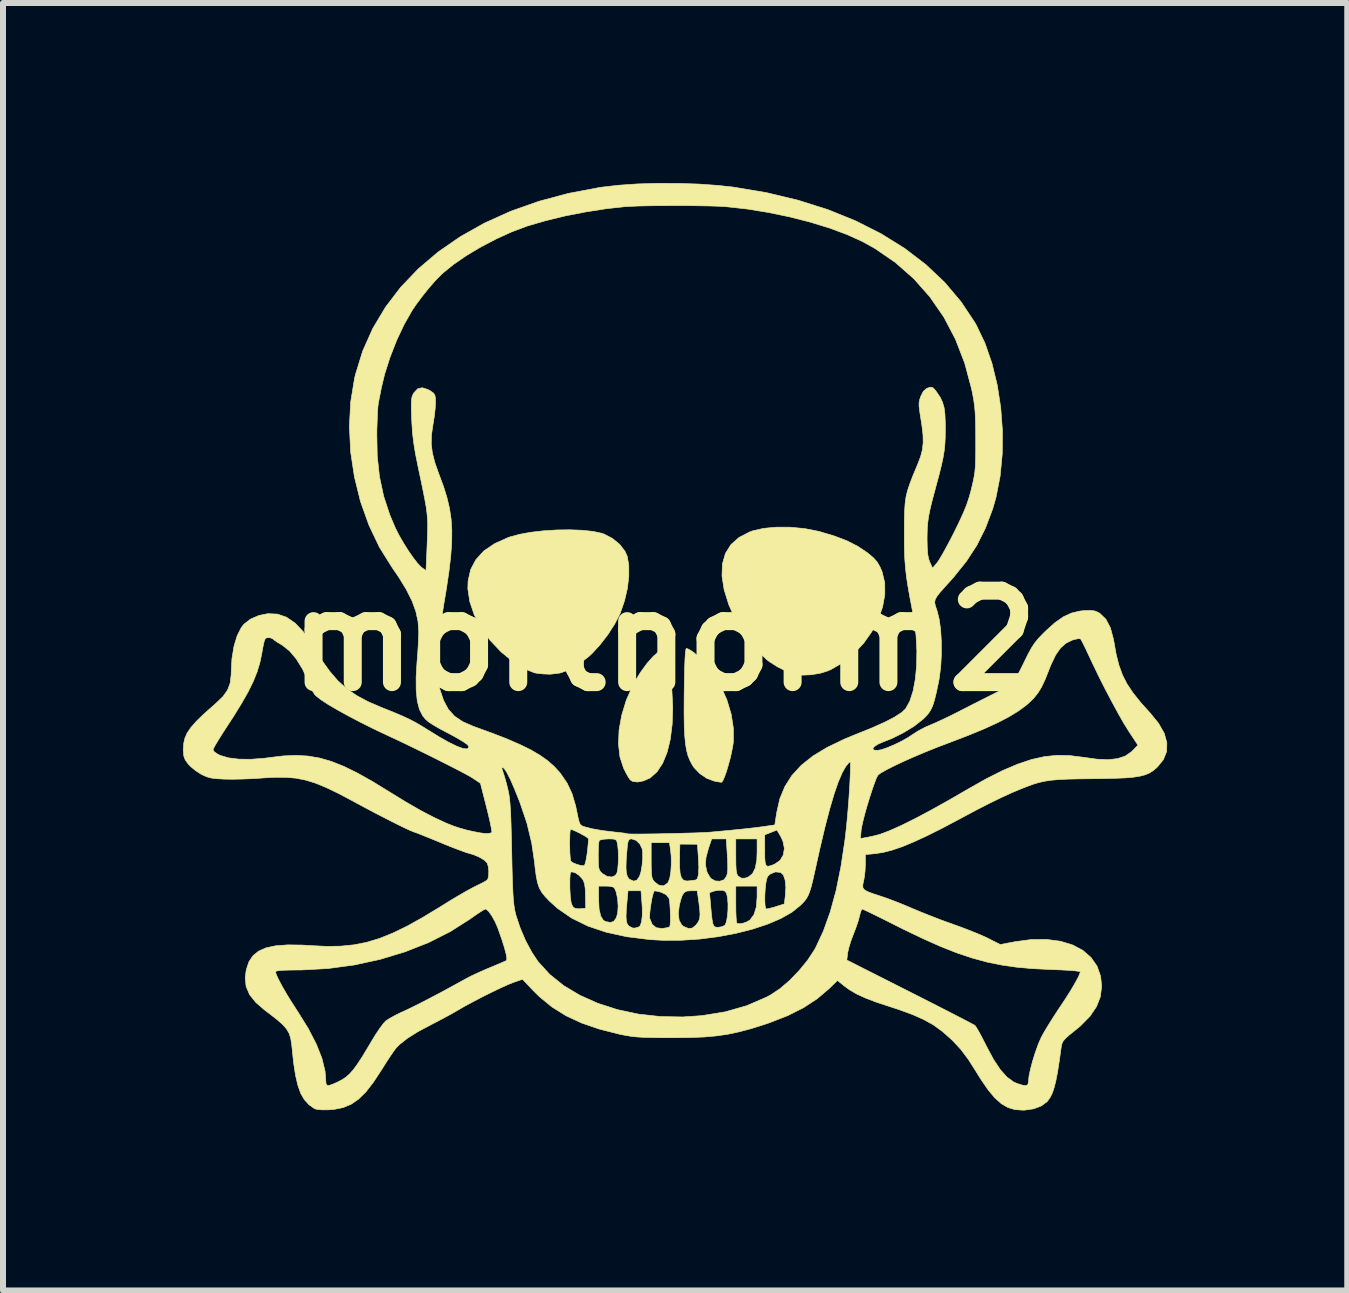
<source format=kicad_pcb>
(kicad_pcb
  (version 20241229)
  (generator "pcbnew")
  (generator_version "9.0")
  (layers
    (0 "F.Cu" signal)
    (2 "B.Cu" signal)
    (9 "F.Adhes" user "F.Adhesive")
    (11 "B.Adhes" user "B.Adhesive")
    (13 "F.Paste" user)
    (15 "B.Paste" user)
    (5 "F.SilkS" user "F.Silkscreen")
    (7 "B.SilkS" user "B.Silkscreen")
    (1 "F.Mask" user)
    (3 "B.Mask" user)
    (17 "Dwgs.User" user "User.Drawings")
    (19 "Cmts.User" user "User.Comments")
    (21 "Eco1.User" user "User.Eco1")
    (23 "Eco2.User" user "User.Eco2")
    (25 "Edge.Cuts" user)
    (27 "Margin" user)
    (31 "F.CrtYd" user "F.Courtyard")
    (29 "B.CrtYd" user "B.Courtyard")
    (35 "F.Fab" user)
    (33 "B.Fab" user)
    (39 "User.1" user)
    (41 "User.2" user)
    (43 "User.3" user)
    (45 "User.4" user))
  (footprint "mortnorm2"
    (layer "F.Cu")
    (at 8.017 7.627)
    (property "Reference" "mortnorm2" (at 0 0 0) (layer "F.SilkS") (effects (font (size 1.524 1.524) (thickness 0.3))))
    (attr through_hole)
    (fp_poly (pts (xy 0.017 0.157) (xy 0.043 0.202) (xy 0.065 0.281) (xy 0.085 0.397) (xy 0.105 0.555) (xy 0.124 0.759) (xy 0.128 0.807) (xy 0.143 1.11) (xy 0.134 1.389) (xy 0.103 1.64) (xy 0.05 1.858) (xy -0.024 2.04) (xy -0.118 2.183) (xy -0.23 2.283) (xy -0.242 2.29) (xy -0.344 2.335) (xy -0.442 2.354) (xy -0.523 2.345) (xy -0.564 2.319) (xy -0.597 2.272) (xy -0.64 2.195) (xy -0.677 2.12) (xy -0.737 1.934) (xy -0.761 1.72) (xy -0.751 1.486) (xy -0.707 1.241) (xy -0.631 0.991) (xy -0.523 0.746) (xy -0.493 0.688) (xy -0.395 0.528) (xy -0.289 0.382) (xy -0.183 0.262) (xy -0.084 0.175) (xy -0.047 0.151) (xy -0.012 0.142) (xy 0.017 0.157)) (stroke (width 0.01) (type solid)) (fill yes) (layer "F.SilkS"))
    (fp_poly (pts (xy 0.407 0.141) (xy 0.465 0.176) (xy 0.498 0.199) (xy 0.665 0.348) (xy 0.814 0.535) (xy 0.942 0.751) (xy 1.045 0.984) (xy 1.117 1.224) (xy 1.154 1.462) (xy 1.153 1.687) (xy 1.147 1.732) (xy 1.127 1.842) (xy 1.1 1.962) (xy 1.067 2.082) (xy 1.034 2.192) (xy 1.001 2.281) (xy 0.974 2.34) (xy 0.955 2.359) (xy 0.913 2.353) (xy 0.846 2.341) (xy 0.833 2.338) (xy 0.711 2.293) (xy 0.593 2.213) (xy 0.495 2.11) (xy 0.468 2.068) (xy 0.429 1.994) (xy 0.397 1.914) (xy 0.373 1.823) (xy 0.355 1.713) (xy 0.343 1.58) (xy 0.335 1.416) (xy 0.332 1.217) (xy 0.333 0.976) (xy 0.334 0.857) (xy 0.338 0.62) (xy 0.342 0.432) (xy 0.348 0.291) (xy 0.355 0.194) (xy 0.363 0.141) (xy 0.371 0.127) (xy 0.407 0.141)) (stroke (width 0.01) (type solid)) (fill yes) (layer "F.SilkS"))
    (fp_poly (pts (xy 2.104 -1.892) (xy 2.34 -1.869) (xy 2.566 -1.825) (xy 2.582 -1.821) (xy 2.835 -1.746) (xy 3.047 -1.665) (xy 3.227 -1.573) (xy 3.387 -1.466) (xy 3.391 -1.463) (xy 3.485 -1.384) (xy 3.549 -1.313) (xy 3.597 -1.23) (xy 3.632 -1.148) (xy 3.676 -0.964) (xy 3.677 -0.766) (xy 3.639 -0.56) (xy 3.566 -0.353) (xy 3.46 -0.151) (xy 3.325 0.04) (xy 3.165 0.212) (xy 2.984 0.36) (xy 2.784 0.477) (xy 2.728 0.502) (xy 2.599 0.542) (xy 2.449 0.567) (xy 2.302 0.573) (xy 2.178 0.558) (xy 2.175 0.557) (xy 2.037 0.509) (xy 1.887 0.434) (xy 1.748 0.345) (xy 1.707 0.313) (xy 1.566 0.177) (xy 1.423 0.006) (xy 1.288 -0.189) (xy 1.171 -0.392) (xy 1.081 -0.592) (xy 1.077 -0.601) (xy 0.999 -0.853) (xy 0.964 -1.08) (xy 0.971 -1.28) (xy 1.021 -1.455) (xy 1.113 -1.602) (xy 1.247 -1.721) (xy 1.423 -1.812) (xy 1.478 -1.832) (xy 1.659 -1.873) (xy 1.873 -1.893) (xy 2.104 -1.892)) (stroke (width 0.01) (type solid)) (fill yes) (layer "F.SilkS"))
    (fp_poly (pts (xy -1.367 -1.841) (xy -1.186 -1.822) (xy -1.041 -1.791) (xy -1.003 -1.778) (xy -0.862 -1.705) (xy -0.741 -1.606) (xy -0.652 -1.49) (xy -0.615 -1.406) (xy -0.589 -1.255) (xy -0.589 -1.073) (xy -0.612 -0.875) (xy -0.659 -0.671) (xy -0.726 -0.475) (xy -0.739 -0.443) (xy -0.825 -0.277) (xy -0.939 -0.1) (xy -1.069 0.068) (xy -1.202 0.213) (xy -1.254 0.261) (xy -1.425 0.394) (xy -1.582 0.485) (xy -1.735 0.538) (xy -1.891 0.557) (xy -1.918 0.557) (xy -2.018 0.553) (xy -2.107 0.544) (xy -2.163 0.534) (xy -2.288 0.483) (xy -2.43 0.403) (xy -2.576 0.302) (xy -2.71 0.192) (xy -2.718 0.185) (xy -2.901 -0.008) (xy -3.051 -0.217) (xy -3.165 -0.434) (xy -3.239 -0.653) (xy -3.271 -0.866) (xy -3.267 -0.997) (xy -3.224 -1.187) (xy -3.136 -1.353) (xy -3.003 -1.498) (xy -2.824 -1.619) (xy -2.601 -1.719) (xy -2.574 -1.729) (xy -2.412 -1.773) (xy -2.22 -1.808) (xy -2.009 -1.832) (xy -1.789 -1.846) (xy -1.571 -1.849) (xy -1.367 -1.841)) (stroke (width 0.01) (type solid)) (fill yes) (layer "F.SilkS"))
    (fp_poly (pts (xy 0.234 -7.621) (xy 0.576 -7.61) (xy 0.9 -7.587) (xy 1.156 -7.559) (xy 1.709 -7.466) (xy 2.234 -7.34) (xy 2.728 -7.184) (xy 3.19 -6.997) (xy 3.617 -6.781) (xy 4.009 -6.537) (xy 4.363 -6.266) (xy 4.677 -5.969) (xy 4.949 -5.646) (xy 5.179 -5.3) (xy 5.203 -5.258) (xy 5.347 -4.956) (xy 5.463 -4.62) (xy 5.551 -4.258) (xy 5.609 -3.881) (xy 5.637 -3.497) (xy 5.634 -3.115) (xy 5.599 -2.745) (xy 5.531 -2.394) (xy 5.475 -2.198) (xy 5.355 -1.88) (xy 5.212 -1.593) (xy 5.037 -1.324) (xy 4.823 -1.058) (xy 4.774 -1.003) (xy 4.669 -0.887) (xy 4.593 -0.801) (xy 4.544 -0.737) (xy 4.517 -0.687) (xy 4.508 -0.642) (xy 4.516 -0.596) (xy 4.534 -0.539) (xy 4.547 -0.502) (xy 4.582 -0.364) (xy 4.607 -0.189) (xy 4.619 0.009) (xy 4.62 0.219) (xy 4.609 0.427) (xy 4.585 0.62) (xy 4.573 0.686) (xy 4.537 0.857) (xy 4.505 0.987) (xy 4.474 1.085) (xy 4.438 1.161) (xy 4.395 1.224) (xy 4.341 1.282) (xy 4.307 1.313) (xy 4.164 1.425) (xy 3.985 1.534) (xy 3.79 1.631) (xy 3.652 1.685) (xy 3.56 1.725) (xy 3.501 1.764) (xy 3.477 1.798) (xy 3.494 1.821) (xy 3.548 1.828) (xy 3.619 1.816) (xy 3.72 1.781) (xy 3.837 1.732) (xy 3.958 1.673) (xy 4.069 1.61) (xy 4.139 1.563) (xy 4.235 1.502) (xy 4.35 1.441) (xy 4.433 1.405) (xy 4.516 1.37) (xy 4.631 1.317) (xy 4.765 1.253) (xy 4.903 1.184) (xy 4.947 1.161) (xy 5.092 1.087) (xy 5.244 1.01) (xy 5.386 0.938) (xy 5.504 0.879) (xy 5.524 0.869) (xy 5.627 0.817) (xy 5.716 0.768) (xy 5.78 0.73) (xy 5.799 0.716) (xy 5.827 0.678) (xy 5.871 0.605) (xy 5.925 0.505) (xy 5.984 0.388) (xy 5.999 0.356) (xy 6.065 0.222) (xy 6.12 0.121) (xy 6.173 0.04) (xy 6.232 -0.033) (xy 6.307 -0.112) (xy 6.358 -0.162) (xy 6.511 -0.3) (xy 6.651 -0.398) (xy 6.787 -0.461) (xy 6.93 -0.495) (xy 7.01 -0.503) (xy 7.109 -0.505) (xy 7.177 -0.496) (xy 7.234 -0.472) (xy 7.264 -0.453) (xy 7.361 -0.358) (xy 7.435 -0.218) (xy 7.485 -0.034) (xy 7.493 0.007) (xy 7.532 0.226) (xy 7.579 0.411) (xy 7.638 0.573) (xy 7.715 0.723) (xy 7.816 0.873) (xy 7.945 1.034) (xy 8.094 1.199) (xy 8.238 1.375) (xy 8.333 1.542) (xy 8.377 1.699) (xy 8.373 1.846) (xy 8.318 1.983) (xy 8.214 2.109) (xy 8.203 2.119) (xy 8.146 2.166) (xy 8.086 2.204) (xy 8.016 2.234) (xy 7.931 2.256) (xy 7.825 2.273) (xy 7.691 2.285) (xy 7.522 2.292) (xy 7.314 2.297) (xy 7.139 2.299) (xy 6.912 2.302) (xy 6.727 2.306) (xy 6.577 2.313) (xy 6.452 2.324) (xy 6.346 2.34) (xy 6.248 2.361) (xy 6.152 2.39) (xy 6.048 2.428) (xy 5.966 2.46) (xy 5.807 2.526) (xy 5.636 2.604) (xy 5.446 2.696) (xy 5.23 2.806) (xy 4.98 2.939) (xy 4.915 2.974) (xy 4.626 3.127) (xy 4.374 3.253) (xy 4.154 3.354) (xy 3.963 3.433) (xy 3.795 3.49) (xy 3.646 3.528) (xy 3.512 3.548) (xy 3.353 3.563) (xy 3.353 3.726) (xy 3.348 3.836) (xy 3.335 3.945) (xy 3.323 4.006) (xy 3.31 4.067) (xy 3.311 4.112) (xy 3.333 4.147) (xy 3.382 4.177) (xy 3.466 4.21) (xy 3.591 4.251) (xy 3.6 4.254) (xy 3.715 4.293) (xy 3.856 4.346) (xy 4.006 4.406) (xy 4.128 4.458) (xy 4.271 4.518) (xy 4.441 4.586) (xy 4.62 4.655) (xy 4.787 4.715) (xy 4.812 4.724) (xy 4.963 4.779) (xy 5.116 4.838) (xy 5.257 4.895) (xy 5.369 4.945) (xy 5.395 4.958) (xy 5.601 5.062) (xy 5.842 5.016) (xy 6.118 4.979) (xy 6.372 4.977) (xy 6.602 5.007) (xy 6.804 5.068) (xy 6.975 5.158) (xy 7.112 5.277) (xy 7.213 5.421) (xy 7.273 5.59) (xy 7.29 5.757) (xy 7.269 5.931) (xy 7.205 6.096) (xy 7.096 6.257) (xy 6.939 6.417) (xy 6.843 6.496) (xy 6.747 6.573) (xy 6.684 6.63) (xy 6.647 6.674) (xy 6.627 6.717) (xy 6.617 6.766) (xy 6.617 6.767) (xy 6.585 6.997) (xy 6.556 7.183) (xy 6.528 7.33) (xy 6.499 7.446) (xy 6.469 7.536) (xy 6.434 7.606) (xy 6.394 7.664) (xy 6.381 7.68) (xy 6.286 7.751) (xy 6.157 7.8) (xy 6.003 7.822) (xy 5.969 7.822) (xy 5.842 7.812) (xy 5.726 7.777) (xy 5.617 7.713) (xy 5.509 7.616) (xy 5.398 7.483) (xy 5.278 7.308) (xy 5.196 7.176) (xy 5.068 6.975) (xy 4.942 6.808) (xy 4.806 6.661) (xy 4.648 6.52) (xy 4.617 6.496) (xy 4.484 6.4) (xy 4.326 6.312) (xy 4.137 6.228) (xy 3.909 6.145) (xy 3.759 6.096) (xy 3.535 6.022) (xy 3.353 5.953) (xy 3.205 5.885) (xy 3.085 5.814) (xy 3 5.752) (xy 2.888 5.661) (xy 2.746 5.799) (xy 2.548 5.967) (xy 2.32 6.116) (xy 2.057 6.248) (xy 1.751 6.367) (xy 1.659 6.398) (xy 1.442 6.466) (xy 1.245 6.518) (xy 1.058 6.558) (xy 0.868 6.585) (xy 0.663 6.603) (xy 0.433 6.612) (xy 0.165 6.615) (xy 0.14 6.615) (xy -0.062 6.615) (xy -0.223 6.612) (xy -0.351 6.608) (xy -0.456 6.602) (xy -0.548 6.592) (xy -0.635 6.578) (xy -0.727 6.56) (xy -0.737 6.558) (xy -1.077 6.472) (xy -1.375 6.37) (xy -1.637 6.248) (xy -1.869 6.103) (xy -2.078 5.932) (xy -2.18 5.831) (xy -2.36 5.641) (xy -2.497 5.688) (xy -2.589 5.724) (xy -2.714 5.78) (xy -2.86 5.85) (xy -3.018 5.928) (xy -3.174 6.01) (xy -3.32 6.088) (xy -3.435 6.155) (xy -3.538 6.214) (xy -3.667 6.284) (xy -3.803 6.356) (xy -3.886 6.399) (xy -4.106 6.516) (xy -4.278 6.624) (xy -4.407 6.726) (xy -4.468 6.788) (xy -4.506 6.839) (xy -4.564 6.923) (xy -4.632 7.027) (xy -4.704 7.142) (xy -4.712 7.154) (xy -4.845 7.357) (xy -4.969 7.517) (xy -5.091 7.637) (xy -5.215 7.723) (xy -5.349 7.779) (xy -5.498 7.809) (xy -5.587 7.816) (xy -5.704 7.817) (xy -5.79 7.808) (xy -5.829 7.795) (xy -5.92 7.73) (xy -5.995 7.647) (xy -6.056 7.542) (xy -6.104 7.407) (xy -6.143 7.238) (xy -6.175 7.029) (xy -6.195 6.835) (xy -6.208 6.713) (xy -6.225 6.616) (xy -6.252 6.536) (xy -6.295 6.465) (xy -6.358 6.394) (xy -6.449 6.314) (xy -6.572 6.218) (xy -6.652 6.158) (xy -6.804 6.027) (xy -6.908 5.897) (xy -6.966 5.761) (xy -6.981 5.616) (xy -6.968 5.516) (xy -6.477 5.516) (xy -6.463 5.564) (xy -6.425 5.646) (xy -6.367 5.755) (xy -6.293 5.884) (xy -6.206 6.025) (xy -6.112 6.171) (xy -6.109 6.174) (xy -5.931 6.461) (xy -5.796 6.722) (xy -5.703 6.958) (xy -5.651 7.17) (xy -5.639 7.317) (xy -5.635 7.378) (xy -5.618 7.408) (xy -5.579 7.41) (xy -5.509 7.384) (xy -5.448 7.357) (xy -5.372 7.318) (xy -5.305 7.274) (xy -5.243 7.22) (xy -5.179 7.148) (xy -5.109 7.052) (xy -5.028 6.928) (xy -4.931 6.767) (xy -4.874 6.671) (xy -4.805 6.558) (xy -4.737 6.457) (xy -4.678 6.378) (xy -4.636 6.333) (xy -4.577 6.295) (xy -4.488 6.246) (xy -4.384 6.194) (xy -4.343 6.176) (xy -4.233 6.124) (xy -4.087 6.052) (xy -3.917 5.964) (xy -3.73 5.866) (xy -3.537 5.761) (xy -3.346 5.656) (xy -3.289 5.625) (xy -3.21 5.584) (xy -3.101 5.533) (xy -2.979 5.479) (xy -2.908 5.449) (xy -2.802 5.405) (xy -2.712 5.367) (xy -2.649 5.339) (xy -2.627 5.328) (xy -2.621 5.296) (xy -2.633 5.223) (xy -2.661 5.115) (xy -2.704 4.978) (xy -2.76 4.819) (xy -2.776 4.775) (xy -2.82 4.676) (xy -2.871 4.585) (xy -2.921 4.514) (xy -2.964 4.475) (xy -2.978 4.47) (xy -3.008 4.485) (xy -3.07 4.523) (xy -3.153 4.579) (xy -3.236 4.638) (xy -3.561 4.845) (xy -3.923 5.028) (xy -4.316 5.183) (xy -4.732 5.309) (xy -5.164 5.403) (xy -5.603 5.462) (xy -6.043 5.486) (xy -6.097 5.486) (xy -6.256 5.488) (xy -6.369 5.492) (xy -6.439 5.499) (xy -6.473 5.51) (xy -6.477 5.516) (xy -6.968 5.516) (xy -6.962 5.478) (xy -6.92 5.352) (xy -6.853 5.25) (xy -6.759 5.173) (xy -6.633 5.117) (xy -6.473 5.083) (xy -6.274 5.068) (xy -6.033 5.071) (xy -5.87 5.081) (xy -5.618 5.093) (xy -5.387 5.089) (xy -5.168 5.067) (xy -4.955 5.025) (xy -4.741 4.96) (xy -4.518 4.87) (xy -4.279 4.754) (xy -4.018 4.608) (xy -3.726 4.431) (xy -3.697 4.413) (xy -3.556 4.325) (xy -3.416 4.242) (xy -3.29 4.169) (xy -3.186 4.113) (xy -3.125 4.082) (xy -3.041 4.041) (xy -2.975 4.005) (xy -2.941 3.979) (xy -2.94 3.978) (xy -2.926 3.926) (xy -2.922 3.847) (xy -2.93 3.766) (xy -2.947 3.707) (xy -2.994 3.657) (xy -3.076 3.607) (xy -3.175 3.565) (xy -3.251 3.543) (xy -3.305 3.527) (xy -3.395 3.494) (xy -3.511 3.45) (xy -3.643 3.398) (xy -3.721 3.365) (xy -3.855 3.31) (xy -3.976 3.261) (xy -4.076 3.221) (xy -4.144 3.195) (xy -4.166 3.188) (xy -4.226 3.164) (xy -4.324 3.119) (xy -4.454 3.055) (xy -4.61 2.976) (xy -4.786 2.886) (xy -4.975 2.786) (xy -5.172 2.68) (xy -5.197 2.666) (xy -5.43 2.543) (xy -5.631 2.446) (xy -5.809 2.373) (xy -5.974 2.322) (xy -6.136 2.29) (xy -6.304 2.276) (xy -6.488 2.275) (xy -6.697 2.287) (xy -6.715 2.289) (xy -6.874 2.299) (xy -7.042 2.305) (xy -7.2 2.308) (xy -7.327 2.306) (xy -7.329 2.306) (xy -7.454 2.299) (xy -7.545 2.288) (xy -7.616 2.269) (xy -7.684 2.24) (xy -7.721 2.221) (xy -7.811 2.162) (xy -7.896 2.091) (xy -7.935 2.049) (xy -7.982 1.982) (xy -8.005 1.918) (xy -8.012 1.833) (xy -8.012 1.819) (xy -7.518 1.819) (xy -7.497 1.85) (xy -7.442 1.888) (xy -7.399 1.91) (xy -7.262 1.951) (xy -7.088 1.973) (xy -6.884 1.975) (xy -6.659 1.958) (xy -6.571 1.946) (xy -6.345 1.919) (xy -6.136 1.91) (xy -5.937 1.921) (xy -5.742 1.954) (xy -5.544 2.011) (xy -5.336 2.094) (xy -5.11 2.205) (xy -4.859 2.346) (xy -4.597 2.507) (xy -4.312 2.682) (xy -4.059 2.828) (xy -3.835 2.945) (xy -3.632 3.039) (xy -3.512 3.087) (xy -3.41 3.121) (xy -3.293 3.154) (xy -3.173 3.181) (xy -3.063 3.202) (xy -2.976 3.213) (xy -2.925 3.211) (xy -2.881 3.201) (xy -2.872 3.2) (xy -2.871 3.177) (xy -2.882 3.113) (xy -2.902 3.015) (xy -2.93 2.893) (xy -2.956 2.788) (xy -3.061 2.375) (xy -3.188 2.29) (xy -3.244 2.256) (xy -3.338 2.205) (xy -3.464 2.139) (xy -3.507 2.117) (xy -2.706 2.117) (xy -2.697 2.154) (xy -2.694 2.163) (xy -2.676 2.215) (xy -2.65 2.3) (xy -2.622 2.403) (xy -2.613 2.438) (xy -2.598 2.503) (xy -2.585 2.568) (xy -2.575 2.641) (xy -2.567 2.728) (xy -2.56 2.835) (xy -2.554 2.969) (xy -2.549 3.136) (xy -2.544 3.344) (xy -2.54 3.518) (xy -2.535 3.757) (xy -2.53 3.951) (xy -2.524 4.108) (xy -2.518 4.232) (xy -2.511 4.331) (xy -2.502 4.411) (xy -2.492 4.478) (xy -2.479 4.538) (xy -2.468 4.579) (xy -2.399 4.787) (xy -2.308 4.999) (xy -2.202 5.196) (xy -2.101 5.347) (xy -1.908 5.559) (xy -1.674 5.747) (xy -1.404 5.908) (xy -1.104 6.042) (xy -0.778 6.147) (xy -0.431 6.221) (xy -0.067 6.262) (xy 0.308 6.269) (xy 0.63 6.247) (xy 1.017 6.184) (xy 1.374 6.082) (xy 1.703 5.94) (xy 1.773 5.903) (xy 1.929 5.799) (xy 2.092 5.66) (xy 2.249 5.497) (xy 2.391 5.323) (xy 2.392 5.321) (xy 3.044 5.321) (xy 4.094 5.852) (xy 4.309 5.961) (xy 4.51 6.063) (xy 4.694 6.157) (xy 4.855 6.24) (xy 4.989 6.309) (xy 5.09 6.362) (xy 5.155 6.397) (xy 5.179 6.41) (xy 5.202 6.442) (xy 5.243 6.511) (xy 5.294 6.607) (xy 5.353 6.721) (xy 5.369 6.754) (xy 5.487 6.974) (xy 5.6 7.145) (xy 5.711 7.27) (xy 5.821 7.351) (xy 5.875 7.375) (xy 5.971 7.406) (xy 6.031 7.413) (xy 6.061 7.397) (xy 6.07 7.354) (xy 6.071 7.344) (xy 6.08 7.256) (xy 6.105 7.136) (xy 6.142 6.997) (xy 6.187 6.854) (xy 6.235 6.721) (xy 6.282 6.613) (xy 6.283 6.61) (xy 6.332 6.521) (xy 6.402 6.405) (xy 6.484 6.274) (xy 6.569 6.144) (xy 6.587 6.117) (xy 6.691 5.961) (xy 6.781 5.818) (xy 6.853 5.695) (xy 6.905 5.598) (xy 6.931 5.533) (xy 6.934 5.516) (xy 6.91 5.509) (xy 6.843 5.5) (xy 6.74 5.492) (xy 6.609 5.485) (xy 6.459 5.479) (xy 6.433 5.478) (xy 6.144 5.464) (xy 5.877 5.44) (xy 5.624 5.404) (xy 5.379 5.354) (xy 5.133 5.287) (xy 4.879 5.202) (xy 4.61 5.096) (xy 4.318 4.966) (xy 3.996 4.812) (xy 3.787 4.707) (xy 3.646 4.636) (xy 3.52 4.574) (xy 3.416 4.523) (xy 3.341 4.488) (xy 3.303 4.471) (xy 3.3 4.47) (xy 3.284 4.493) (xy 3.265 4.55) (xy 3.255 4.591) (xy 3.232 4.675) (xy 3.195 4.783) (xy 3.153 4.893) (xy 3.149 4.902) (xy 3.109 5.01) (xy 3.077 5.116) (xy 3.058 5.2) (xy 3.057 5.207) (xy 3.044 5.321) (xy 2.392 5.321) (xy 2.505 5.15) (xy 2.523 5.118) (xy 2.654 4.837) (xy 2.768 4.518) (xy 2.866 4.16) (xy 2.947 3.758) (xy 3.014 3.312) (xy 3.016 3.296) (xy 3.271 3.296) (xy 3.394 3.274) (xy 3.49 3.253) (xy 3.581 3.23) (xy 3.607 3.222) (xy 3.76 3.164) (xy 3.954 3.077) (xy 4.186 2.962) (xy 4.456 2.818) (xy 4.762 2.647) (xy 5.055 2.477) (xy 5.361 2.304) (xy 5.636 2.165) (xy 5.887 2.058) (xy 6.118 1.98) (xy 6.336 1.931) (xy 6.546 1.909) (xy 6.755 1.913) (xy 6.968 1.94) (xy 6.972 1.94) (xy 7.206 1.973) (xy 7.399 1.982) (xy 7.557 1.964) (xy 7.685 1.921) (xy 7.787 1.85) (xy 7.806 1.832) (xy 7.895 1.74) (xy 7.744 1.511) (xy 7.662 1.379) (xy 7.565 1.209) (xy 7.458 1.012) (xy 7.345 0.797) (xy 7.233 0.574) (xy 7.126 0.351) (xy 7.081 0.255) (xy 7.031 0.148) (xy 6.987 0.058) (xy 6.954 -0.006) (xy 6.939 -0.031) (xy 6.905 -0.035) (xy 6.842 -0.023) (xy 6.799 -0.01) (xy 6.695 0.041) (xy 6.604 0.122) (xy 6.523 0.239) (xy 6.447 0.397) (xy 6.415 0.477) (xy 6.349 0.644) (xy 6.289 0.772) (xy 6.226 0.874) (xy 6.155 0.961) (xy 6.068 1.045) (xy 6.025 1.081) (xy 5.898 1.174) (xy 5.742 1.269) (xy 5.551 1.368) (xy 5.323 1.472) (xy 5.052 1.583) (xy 4.739 1.703) (xy 4.538 1.779) (xy 4.34 1.859) (xy 4.151 1.939) (xy 3.978 2.016) (xy 3.826 2.088) (xy 3.702 2.151) (xy 3.612 2.202) (xy 3.563 2.239) (xy 3.562 2.241) (xy 3.538 2.285) (xy 3.506 2.368) (xy 3.467 2.48) (xy 3.425 2.609) (xy 3.383 2.746) (xy 3.345 2.88) (xy 3.314 3.001) (xy 3.292 3.098) (xy 3.283 3.153) (xy 3.271 3.296) (xy 3.016 3.296) (xy 3.034 3.137) (xy 3.048 2.997) (xy 3.062 2.842) (xy 3.075 2.68) (xy 3.086 2.519) (xy 3.095 2.367) (xy 3.101 2.233) (xy 3.105 2.125) (xy 3.105 2.05) (xy 3.102 2.018) (xy 3.101 2.018) (xy 3.082 2.029) (xy 3.045 2.071) (xy 3.031 2.088) (xy 2.969 2.195) (xy 2.902 2.351) (xy 2.831 2.557) (xy 2.756 2.812) (xy 2.677 3.116) (xy 2.594 3.468) (xy 2.552 3.657) (xy 2.51 3.846) (xy 2.477 3.992) (xy 2.449 4.104) (xy 2.423 4.187) (xy 2.397 4.25) (xy 2.368 4.3) (xy 2.334 4.344) (xy 2.291 4.389) (xy 2.273 4.407) (xy 2.131 4.522) (xy 1.945 4.628) (xy 1.722 4.723) (xy 1.468 4.807) (xy 1.191 4.877) (xy 0.897 4.932) (xy 0.593 4.971) (xy 0.285 4.991) (xy -0.021 4.992) (xy -0.237 4.98) (xy -0.623 4.932) (xy -0.967 4.857) (xy -1.272 4.754) (xy -1.541 4.622) (xy -1.776 4.46) (xy -1.906 4.343) (xy -1.983 4.263) (xy -2.04 4.192) (xy -2.081 4.118) (xy -2.099 4.063) (xy -1.572 4.063) (xy -1.571 4.134) (xy -1.563 4.273) (xy -1.549 4.369) (xy -1.524 4.429) (xy -1.486 4.459) (xy -1.429 4.467) (xy -1.399 4.465) (xy -1.308 4.458) (xy -1.311 4.246) (xy -1.315 4.13) (xy -1.321 4.089) (xy -1.092 4.089) (xy -1.092 4.307) (xy -1.084 4.471) (xy -1.057 4.588) (xy -1.013 4.659) (xy -0.972 4.681) (xy -0.892 4.694) (xy -0.84 4.676) (xy -0.8 4.622) (xy -0.798 4.618) (xy -0.791 4.596) (xy -0.635 4.596) (xy -0.63 4.67) (xy -0.615 4.72) (xy -0.589 4.753) (xy -0.578 4.761) (xy -0.524 4.787) (xy -0.487 4.788) (xy -0.443 4.776) (xy -0.433 4.775) (xy -0.4 4.751) (xy -0.376 4.684) (xy -0.369 4.62) (xy -0.241 4.62) (xy -0.24 4.629) (xy -0.199 4.727) (xy -0.131 4.782) (xy -0.035 4.795) (xy -0.02 4.793) (xy 0.046 4.782) (xy 0.087 4.771) (xy 0.092 4.768) (xy 0.1 4.735) (xy 0.104 4.666) (xy 0.104 4.575) (xy 0.103 4.549) (xy 0.236 4.549) (xy 0.25 4.659) (xy 0.294 4.737) (xy 0.326 4.762) (xy 0.407 4.795) (xy 0.469 4.788) (xy 0.525 4.743) (xy 0.567 4.69) (xy 0.591 4.634) (xy 0.598 4.563) (xy 0.592 4.465) (xy 0.581 4.378) (xy 0.556 4.198) (xy 0.756 4.198) (xy 0.773 4.391) (xy 0.786 4.538) (xy 0.798 4.642) (xy 0.81 4.71) (xy 0.826 4.749) (xy 0.848 4.769) (xy 0.879 4.775) (xy 0.902 4.775) (xy 0.969 4.764) (xy 1.015 4.738) (xy 1.015 4.738) (xy 1.037 4.687) (xy 1.053 4.6) (xy 1.063 4.494) (xy 1.064 4.383) (xy 1.056 4.285) (xy 1.041 4.212) (xy 1.017 4.175) (xy 0.975 4.159) (xy 0.973 4.158) (xy 0.899 4.158) (xy 0.831 4.172) (xy 0.756 4.198) (xy 0.556 4.198) (xy 0.551 4.166) (xy 0.445 4.166) (xy 0.38 4.171) (xy 0.335 4.194) (xy 0.301 4.244) (xy 0.273 4.329) (xy 0.252 4.414) (xy 0.236 4.549) (xy 0.103 4.549) (xy 0.101 4.477) (xy 0.095 4.386) (xy 0.087 4.317) (xy 0.081 4.291) (xy 0.033 4.231) (xy -0.048 4.192) (xy -0.115 4.174) (xy -0.159 4.168) (xy -0.166 4.171) (xy -0.182 4.208) (xy -0.201 4.281) (xy -0.218 4.374) (xy -0.232 4.472) (xy -0.241 4.559) (xy -0.241 4.62) (xy -0.369 4.62) (xy -0.364 4.581) (xy -0.365 4.449) (xy -0.368 4.395) (xy -0.386 4.166) (xy -0.602 4.166) (xy -0.618 4.337) (xy -0.631 4.487) (xy -0.635 4.596) (xy -0.791 4.596) (xy -0.774 4.536) (xy -0.767 4.425) (xy -0.775 4.304) (xy -0.798 4.192) (xy -0.81 4.159) (xy -0.831 4.117) (xy -0.864 4.097) (xy -0.924 4.09) (xy -0.965 4.089) (xy 1.194 4.089) (xy 1.194 4.39) (xy 1.195 4.509) (xy 1.199 4.609) (xy 1.205 4.679) (xy 1.212 4.708) (xy 1.251 4.717) (xy 1.315 4.707) (xy 1.383 4.682) (xy 1.432 4.652) (xy 1.498 4.562) (xy 1.537 4.432) (xy 1.544 4.336) (xy 1.677 4.336) (xy 1.682 4.414) (xy 1.693 4.461) (xy 1.703 4.47) (xy 1.744 4.463) (xy 1.815 4.445) (xy 1.869 4.428) (xy 2.002 4.386) (xy 2.019 4.252) (xy 2.028 4.107) (xy 2.016 3.988) (xy 1.987 3.903) (xy 1.94 3.86) (xy 1.854 3.852) (xy 1.77 3.886) (xy 1.727 3.925) (xy 1.709 3.968) (xy 1.694 4.044) (xy 1.684 4.138) (xy 1.678 4.24) (xy 1.677 4.336) (xy 1.544 4.336) (xy 1.549 4.268) (xy 1.549 4.089) (xy 1.194 4.089) (xy -0.965 4.089) (xy -1.092 4.089) (xy -1.321 4.089) (xy -1.326 4.051) (xy -1.346 3.996) (xy -1.364 3.967) (xy -1.421 3.907) (xy -1.482 3.866) (xy -1.535 3.851) (xy -1.558 3.859) (xy -1.566 3.892) (xy -1.571 3.964) (xy -1.572 4.063) (xy -2.099 4.063) (xy -2.11 4.032) (xy -2.132 3.921) (xy -2.151 3.776) (xy -2.159 3.696) (xy -2.208 3.363) (xy -2.215 3.337) (xy -1.574 3.337) (xy -1.574 3.439) (xy -1.571 3.537) (xy -1.565 3.617) (xy -1.558 3.667) (xy -1.555 3.674) (xy -1.519 3.7) (xy -1.456 3.726) (xy -1.387 3.745) (xy -1.336 3.749) (xy -1.333 3.749) (xy -1.319 3.722) (xy -1.302 3.658) (xy -1.291 3.591) (xy -1.098 3.591) (xy -1.096 3.702) (xy -1.091 3.774) (xy -1.079 3.82) (xy -1.057 3.853) (xy -1.029 3.879) (xy -0.951 3.926) (xy -0.875 3.937) (xy -0.814 3.912) (xy -0.787 3.872) (xy -0.773 3.807) (xy -0.771 3.776) (xy -0.636 3.776) (xy -0.63 3.869) (xy -0.612 3.931) (xy -0.584 3.97) (xy -0.578 3.974) (xy -0.509 4.006) (xy -0.454 3.989) (xy -0.41 3.926) (xy -0.386 3.85) (xy -0.368 3.744) (xy -0.358 3.629) (xy -0.358 3.526) (xy -0.366 3.469) (xy -0.405 3.386) (xy -0.427 3.365) (xy -0.216 3.365) (xy -0.216 3.662) (xy -0.215 3.79) (xy -0.212 3.878) (xy -0.204 3.937) (xy -0.191 3.976) (xy -0.169 4.008) (xy -0.154 4.024) (xy -0.08 4.078) (xy -0.009 4.084) (xy 0.054 4.041) (xy 0.069 4.021) (xy 0.094 3.954) (xy 0.111 3.852) (xy 0.117 3.76) (xy 0.257 3.76) (xy 0.266 3.874) (xy 0.287 3.949) (xy 0.323 3.99) (xy 0.377 4.004) (xy 0.445 3.998) (xy 0.501 3.99) (xy 0.524 3.988) (xy 0.555 3.963) (xy 0.573 3.891) (xy 0.578 3.771) (xy 0.576 3.729) (xy 0.688 3.729) (xy 0.709 3.837) (xy 0.722 3.872) (xy 0.776 3.959) (xy 0.85 4.002) (xy 0.927 4.007) (xy 0.996 3.984) (xy 1.037 3.929) (xy 1.053 3.88) (xy 1.06 3.808) (xy 1.059 3.704) (xy 1.053 3.58) (xy 1.035 3.302) (xy 1.194 3.302) (xy 1.194 3.592) (xy 1.195 3.726) (xy 1.2 3.819) (xy 1.21 3.878) (xy 1.226 3.914) (xy 1.234 3.922) (xy 1.287 3.957) (xy 1.351 3.955) (xy 1.405 3.935) (xy 1.473 3.88) (xy 1.519 3.787) (xy 1.544 3.653) (xy 1.549 3.517) (xy 1.549 3.302) (xy 1.194 3.302) (xy 1.035 3.302) (xy 0.792 3.302) (xy 0.739 3.459) (xy 0.698 3.607) (xy 0.688 3.729) (xy 0.576 3.729) (xy 0.571 3.62) (xy 0.554 3.391) (xy 0.262 3.389) (xy 0.257 3.602) (xy 0.257 3.76) (xy 0.117 3.76) (xy 0.119 3.728) (xy 0.118 3.596) (xy 0.105 3.472) (xy 0.104 3.467) (xy 0.088 3.365) (xy -0.216 3.365) (xy -0.427 3.365) (xy -0.468 3.326) (xy -0.541 3.302) (xy -0.542 3.302) (xy -0.575 3.306) (xy -0.594 3.326) (xy -0.607 3.372) (xy -0.617 3.457) (xy -0.618 3.473) (xy -0.632 3.647) (xy -0.636 3.776) (xy -0.771 3.776) (xy -0.765 3.709) (xy -0.762 3.595) (xy -0.766 3.484) (xy -0.776 3.392) (xy -0.778 3.381) (xy -0.79 3.335) (xy -0.812 3.312) (xy -0.858 3.303) (xy -0.929 3.302) (xy -1.008 3.307) (xy -1.065 3.32) (xy -1.082 3.331) (xy -1.09 3.368) (xy -1.095 3.443) (xy -1.098 3.542) (xy -1.098 3.591) (xy -1.291 3.591) (xy -1.286 3.567) (xy -1.281 3.529) (xy -1.27 3.429) (xy -1.263 3.35) (xy -1.261 3.303) (xy -1.262 3.297) (xy -1.289 3.274) (xy -1.345 3.24) (xy -1.357 3.234) (xy 1.676 3.234) (xy 1.676 3.496) (xy 1.677 3.622) (xy 1.684 3.703) (xy 1.7 3.747) (xy 1.73 3.759) (xy 1.781 3.747) (xy 1.841 3.723) (xy 1.931 3.661) (xy 1.986 3.57) (xy 2.003 3.459) (xy 1.979 3.339) (xy 1.943 3.262) (xy 1.88 3.154) (xy 1.676 3.234) (xy -1.357 3.234) (xy -1.414 3.203) (xy -1.484 3.169) (xy -1.537 3.147) (xy -1.561 3.144) (xy -1.568 3.176) (xy -1.572 3.245) (xy -1.574 3.337) (xy -2.215 3.337) (xy -2.286 3.041) (xy -2.399 2.707) (xy -2.409 2.68) (xy -2.492 2.472) (xy -2.562 2.311) (xy -2.62 2.198) (xy -2.664 2.131) (xy -2.687 2.114) (xy -2.706 2.117) (xy -3.507 2.117) (xy -3.615 2.062) (xy -3.783 1.977) (xy -3.962 1.888) (xy -4.144 1.799) (xy -4.321 1.713) (xy -4.488 1.634) (xy -4.585 1.589) (xy -4.826 1.475) (xy -5.053 1.362) (xy -5.261 1.253) (xy -5.445 1.152) (xy -5.6 1.061) (xy -5.72 0.982) (xy -5.8 0.92) (xy -5.821 0.899) (xy -5.851 0.852) (xy -5.89 0.774) (xy -5.93 0.68) (xy -5.933 0.673) (xy -6.024 0.475) (xy -6.129 0.304) (xy -6.243 0.169) (xy -6.36 0.076) (xy -6.368 0.071) (xy -6.442 0.027) (xy -6.496 -0.01) (xy -6.517 -0.028) (xy -6.55 -0.046) (xy -6.592 -0.051) (xy -6.622 -0.049) (xy -6.643 -0.038) (xy -6.659 -0.009) (xy -6.674 0.046) (xy -6.692 0.138) (xy -6.706 0.221) (xy -6.738 0.371) (xy -6.784 0.522) (xy -6.848 0.68) (xy -6.932 0.851) (xy -7.041 1.043) (xy -7.176 1.262) (xy -7.289 1.435) (xy -7.366 1.554) (xy -7.432 1.66) (xy -7.483 1.745) (xy -7.512 1.802) (xy -7.518 1.819) (xy -8.012 1.819) (xy -8.012 1.808) (xy -8.006 1.712) (xy -7.986 1.623) (xy -7.948 1.537) (xy -7.886 1.446) (xy -7.798 1.345) (xy -7.678 1.228) (xy -7.522 1.09) (xy -7.469 1.043) (xy -7.352 0.931) (xy -7.275 0.823) (xy -7.232 0.707) (xy -7.215 0.567) (xy -7.214 0.521) (xy -7.202 0.296) (xy -7.168 0.093) (xy -7.116 -0.081) (xy -7.047 -0.218) (xy -7.003 -0.275) (xy -6.892 -0.361) (xy -6.75 -0.422) (xy -6.603 -0.451) (xy -6.443 -0.444) (xy -6.293 -0.392) (xy -6.15 -0.294) (xy -6.012 -0.149) (xy -5.877 0.046) (xy -5.855 0.083) (xy -5.711 0.317) (xy -5.573 0.509) (xy -5.435 0.669) (xy -5.287 0.801) (xy -5.121 0.915) (xy -4.93 1.017) (xy -4.704 1.114) (xy -4.691 1.119) (xy -4.509 1.192) (xy -4.363 1.254) (xy -4.242 1.31) (xy -4.135 1.366) (xy -4.03 1.428) (xy -3.94 1.484) (xy -3.75 1.601) (xy -3.588 1.693) (xy -3.454 1.758) (xy -3.353 1.795) (xy -3.286 1.803) (xy -3.256 1.782) (xy -3.256 1.759) (xy -3.282 1.728) (xy -3.351 1.68) (xy -3.459 1.616) (xy -3.602 1.538) (xy -3.606 1.537) (xy -3.748 1.461) (xy -3.851 1.401) (xy -3.926 1.352) (xy -3.978 1.306) (xy -4.017 1.259) (xy -4.021 1.255) (xy -4.077 1.146) (xy -4.114 1.004) (xy -4.132 0.825) (xy -4.133 0.605) (xy -4.119 0.368) (xy -4.107 0.222) (xy -4.098 0.079) (xy -4.092 -0.047) (xy -4.089 -0.14) (xy -4.089 -0.149) (xy -4.101 -0.321) (xy -4.138 -0.491) (xy -4.203 -0.668) (xy -4.299 -0.858) (xy -4.428 -1.068) (xy -4.532 -1.219) (xy -4.744 -1.558) (xy -4.92 -1.928) (xy -5.06 -2.321) (xy -5.161 -2.73) (xy -5.224 -3.146) (xy -5.239 -3.454) (xy -4.788 -3.454) (xy -4.781 -3.079) (xy -4.744 -2.736) (xy -4.675 -2.412) (xy -4.572 -2.098) (xy -4.481 -1.883) (xy -4.42 -1.762) (xy -4.346 -1.633) (xy -4.265 -1.504) (xy -4.184 -1.387) (xy -4.11 -1.292) (xy -4.051 -1.229) (xy -4.038 -1.219) (xy -3.968 -1.169) (xy -3.949 -1.614) (xy -3.944 -1.744) (xy -3.941 -1.853) (xy -3.94 -1.948) (xy -3.944 -2.037) (xy -3.952 -2.127) (xy -3.965 -2.227) (xy -3.986 -2.344) (xy -4.014 -2.487) (xy -4.05 -2.662) (xy -4.096 -2.879) (xy -4.102 -2.908) (xy -4.144 -3.117) (xy -4.173 -3.296) (xy -4.193 -3.462) (xy -4.204 -3.634) (xy -4.207 -3.696) (xy -4.212 -3.839) (xy -4.213 -3.941) (xy -4.21 -4.012) (xy -4.202 -4.062) (xy -4.187 -4.101) (xy -4.168 -4.134) (xy -4.107 -4.198) (xy -4.031 -4.216) (xy -3.938 -4.187) (xy -3.896 -4.164) (xy -3.846 -4.129) (xy -3.821 -4.094) (xy -3.811 -4.039) (xy -3.81 -3.969) (xy -3.815 -3.874) (xy -3.828 -3.753) (xy -3.847 -3.63) (xy -3.851 -3.609) (xy -3.876 -3.438) (xy -3.881 -3.285) (xy -3.863 -3.134) (xy -3.822 -2.971) (xy -3.755 -2.781) (xy -3.749 -2.765) (xy -3.676 -2.569) (xy -3.619 -2.385) (xy -3.577 -2.207) (xy -3.55 -2.028) (xy -3.538 -1.84) (xy -3.54 -1.636) (xy -3.556 -1.41) (xy -3.586 -1.154) (xy -3.629 -0.862) (xy -3.672 -0.606) (xy -3.729 -0.237) (xy -3.765 0.086) (xy -3.78 0.363) (xy -3.773 0.594) (xy -3.746 0.779) (xy -3.739 0.805) (xy -3.676 0.994) (xy -3.597 1.141) (xy -3.494 1.256) (xy -3.358 1.348) (xy -3.18 1.426) (xy -3.158 1.434) (xy -2.861 1.542) (xy -2.609 1.64) (xy -2.396 1.733) (xy -2.217 1.821) (xy -2.068 1.909) (xy -1.942 1.998) (xy -1.835 2.092) (xy -1.742 2.193) (xy -1.725 2.215) (xy -1.616 2.374) (xy -1.535 2.548) (xy -1.475 2.751) (xy -1.455 2.847) (xy -1.433 2.954) (xy -1.415 3.023) (xy -1.396 3.063) (xy -1.369 3.084) (xy -1.335 3.098) (xy -1.201 3.133) (xy -1.029 3.163) (xy -0.831 3.187) (xy -0.811 3.189) (xy -0.719 3.199) (xy -0.648 3.208) (xy -0.613 3.216) (xy -0.611 3.217) (xy -0.583 3.22) (xy -0.512 3.221) (xy -0.407 3.221) (xy -0.274 3.22) (xy -0.123 3.218) (xy 0.04 3.214) (xy 0.205 3.211) (xy 0.365 3.206) (xy 0.512 3.202) (xy 0.638 3.197) (xy 0.734 3.192) (xy 0.775 3.189) (xy 1.067 3.162) (xy 1.317 3.137) (xy 1.524 3.114) (xy 1.652 3.097) (xy 1.844 3.069) (xy 1.876 2.862) (xy 1.927 2.635) (xy 2.011 2.431) (xy 2.128 2.246) (xy 2.283 2.077) (xy 2.477 1.922) (xy 2.715 1.778) (xy 2.999 1.641) (xy 3.2 1.558) (xy 3.464 1.452) (xy 3.678 1.356) (xy 3.843 1.27) (xy 3.959 1.195) (xy 4.024 1.133) (xy 4.094 1.006) (xy 4.148 0.839) (xy 4.186 0.637) (xy 4.207 0.41) (xy 4.211 0.165) (xy 4.197 -0.091) (xy 4.165 -0.351) (xy 4.143 -0.47) (xy 4.099 -0.699) (xy 4.065 -0.891) (xy 4.039 -1.057) (xy 4.022 -1.209) (xy 4.01 -1.359) (xy 4.004 -1.518) (xy 4.002 -1.7) (xy 4.002 -1.816) (xy 4.003 -2.008) (xy 4.007 -2.16) (xy 4.015 -2.285) (xy 4.03 -2.394) (xy 4.055 -2.499) (xy 4.092 -2.611) (xy 4.142 -2.742) (xy 4.209 -2.903) (xy 4.227 -2.946) (xy 4.274 -3.07) (xy 4.303 -3.182) (xy 4.316 -3.296) (xy 4.314 -3.425) (xy 4.296 -3.581) (xy 4.276 -3.709) (xy 4.258 -3.826) (xy 4.248 -3.907) (xy 4.248 -3.966) (xy 4.257 -4.016) (xy 4.276 -4.071) (xy 4.277 -4.074) (xy 4.319 -4.156) (xy 4.371 -4.202) (xy 4.396 -4.213) (xy 4.444 -4.226) (xy 4.478 -4.217) (xy 4.516 -4.178) (xy 4.546 -4.137) (xy 4.601 -4.054) (xy 4.639 -3.973) (xy 4.665 -3.883) (xy 4.679 -3.773) (xy 4.685 -3.63) (xy 4.685 -3.518) (xy 4.684 -3.389) (xy 4.678 -3.276) (xy 4.667 -3.167) (xy 4.648 -3.052) (xy 4.62 -2.922) (xy 4.581 -2.765) (xy 4.529 -2.572) (xy 4.521 -2.54) (xy 4.471 -2.356) (xy 4.435 -2.21) (xy 4.41 -2.089) (xy 4.394 -1.982) (xy 4.385 -1.878) (xy 4.382 -1.764) (xy 4.381 -1.702) (xy 4.384 -1.557) (xy 4.391 -1.451) (xy 4.405 -1.372) (xy 4.426 -1.31) (xy 4.427 -1.31) (xy 4.472 -1.21) (xy 4.547 -1.297) (xy 4.582 -1.348) (xy 4.634 -1.435) (xy 4.698 -1.55) (xy 4.769 -1.683) (xy 4.837 -1.816) (xy 4.923 -1.993) (xy 4.989 -2.138) (xy 5.04 -2.263) (xy 5.079 -2.38) (xy 5.113 -2.501) (xy 5.123 -2.54) (xy 5.147 -2.644) (xy 5.165 -2.732) (xy 5.178 -2.817) (xy 5.186 -2.908) (xy 5.19 -3.016) (xy 5.192 -3.152) (xy 5.192 -3.327) (xy 5.192 -3.353) (xy 5.191 -3.539) (xy 5.188 -3.686) (xy 5.182 -3.806) (xy 5.173 -3.91) (xy 5.159 -4.01) (xy 5.139 -4.119) (xy 5.122 -4.201) (xy 5.008 -4.627) (xy 4.854 -5.025) (xy 4.661 -5.393) (xy 4.428 -5.73) (xy 4.159 -6.034) (xy 3.853 -6.303) (xy 3.512 -6.537) (xy 3.305 -6.652) (xy 3.054 -6.766) (xy 2.762 -6.875) (xy 2.44 -6.974) (xy 2.096 -7.062) (xy 1.741 -7.136) (xy 1.386 -7.194) (xy 1.039 -7.232) (xy 1.029 -7.233) (xy 0.914 -7.24) (xy 0.76 -7.245) (xy 0.575 -7.248) (xy 0.371 -7.251) (xy 0.159 -7.251) (xy -0.053 -7.25) (xy -0.252 -7.248) (xy -0.429 -7.244) (xy -0.574 -7.238) (xy -0.648 -7.234) (xy -0.966 -7.199) (xy -1.305 -7.146) (xy -1.649 -7.079) (xy -1.978 -6.999) (xy -2.276 -6.912) (xy -2.288 -6.908) (xy -2.536 -6.815) (xy -2.794 -6.698) (xy -3.049 -6.565) (xy -3.291 -6.421) (xy -3.508 -6.272) (xy -3.688 -6.126) (xy -3.717 -6.099) (xy -3.812 -6.002) (xy -3.921 -5.877) (xy -4.032 -5.738) (xy -4.133 -5.603) (xy -4.199 -5.506) (xy -4.332 -5.272) (xy -4.458 -5.005) (xy -4.568 -4.723) (xy -4.657 -4.445) (xy -4.71 -4.225) (xy -4.731 -4.119) (xy -4.75 -4.023) (xy -4.763 -3.956) (xy -4.764 -3.95) (xy -4.77 -3.899) (xy -4.776 -3.808) (xy -4.781 -3.687) (xy -4.786 -3.547) (xy -4.788 -3.454) (xy -5.239 -3.454) (xy -5.245 -3.564) (xy -5.224 -3.975) (xy -5.159 -4.372) (xy -5.145 -4.432) (xy -5.023 -4.828) (xy -4.855 -5.204) (xy -4.643 -5.559) (xy -4.39 -5.89) (xy -4.097 -6.197) (xy -3.765 -6.479) (xy -3.397 -6.733) (xy -2.995 -6.959) (xy -2.559 -7.156) (xy -2.093 -7.321) (xy -1.598 -7.454) (xy -1.075 -7.553) (xy -1.041 -7.558) (xy -0.763 -7.59) (xy -0.449 -7.612) (xy -0.112 -7.622) (xy 0.234 -7.621)) (stroke (width 0.01) (type solid)) (fill yes) (layer "F.SilkS")))
  (gr_rect
    (start -3 -3)
    (end 19.4 18.454)
    (stroke (width 0.1) (type default))
    (fill no)
    (layer "Edge.Cuts")))
</source>
